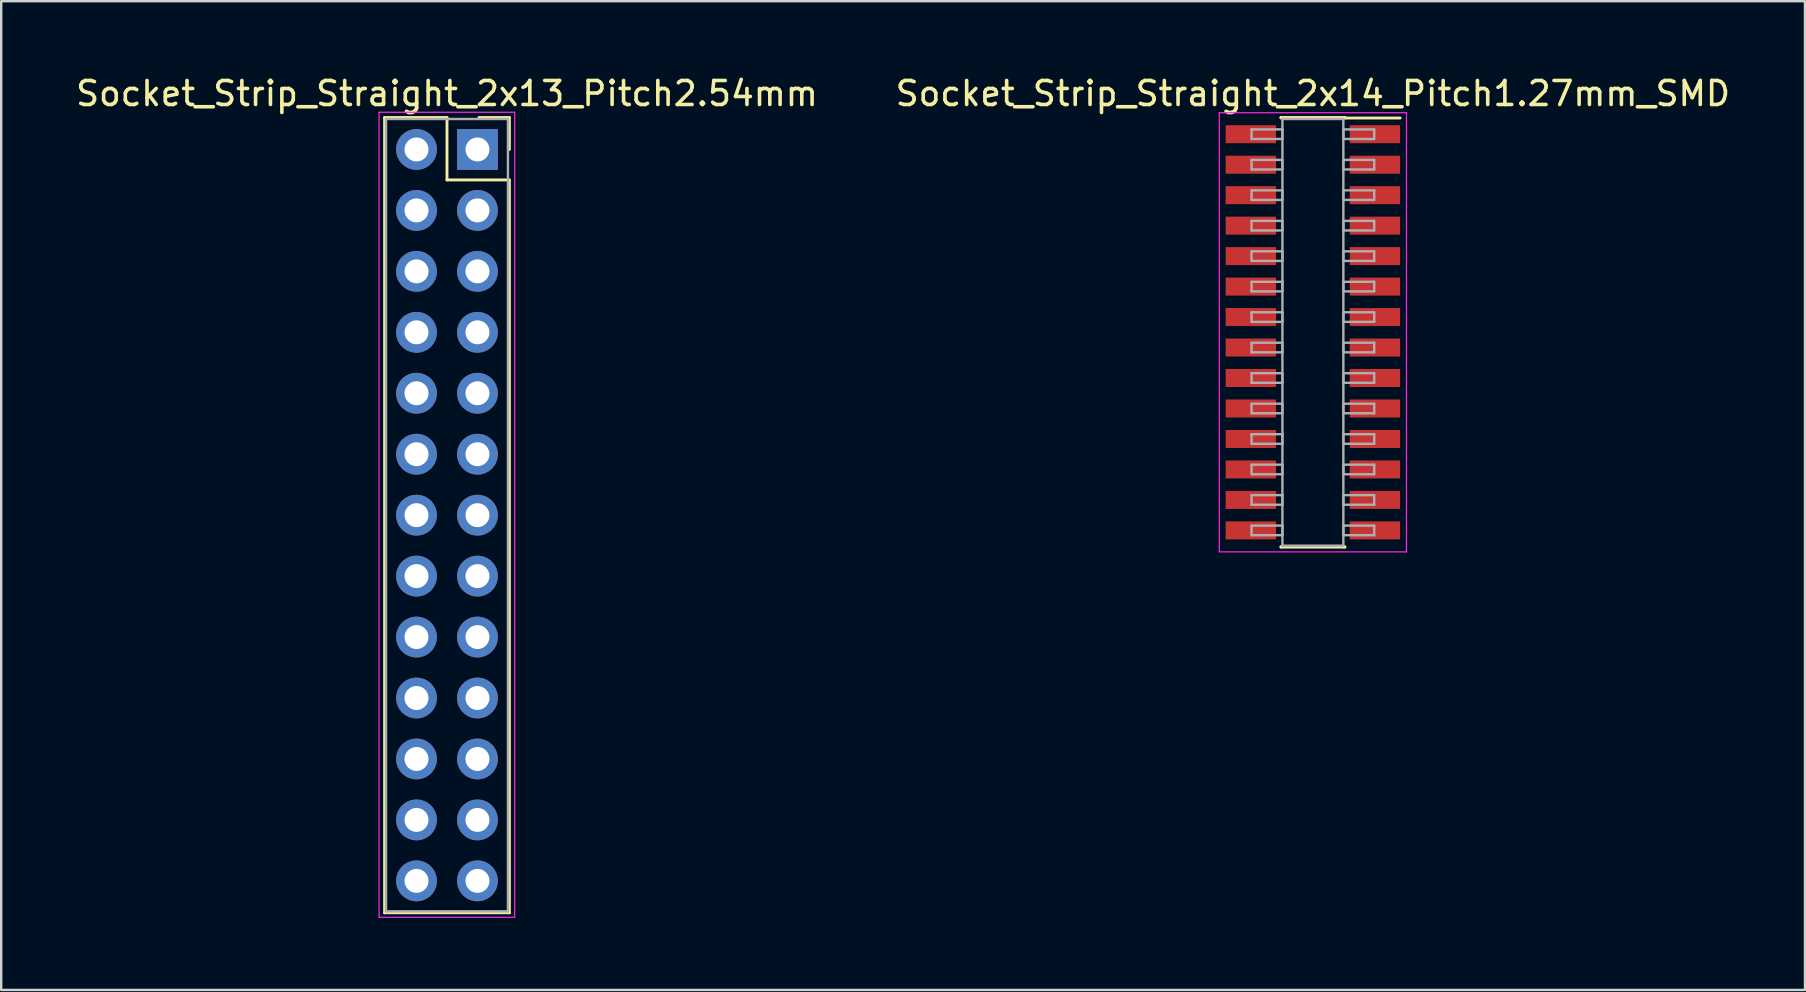
<source format=kicad_pcb>
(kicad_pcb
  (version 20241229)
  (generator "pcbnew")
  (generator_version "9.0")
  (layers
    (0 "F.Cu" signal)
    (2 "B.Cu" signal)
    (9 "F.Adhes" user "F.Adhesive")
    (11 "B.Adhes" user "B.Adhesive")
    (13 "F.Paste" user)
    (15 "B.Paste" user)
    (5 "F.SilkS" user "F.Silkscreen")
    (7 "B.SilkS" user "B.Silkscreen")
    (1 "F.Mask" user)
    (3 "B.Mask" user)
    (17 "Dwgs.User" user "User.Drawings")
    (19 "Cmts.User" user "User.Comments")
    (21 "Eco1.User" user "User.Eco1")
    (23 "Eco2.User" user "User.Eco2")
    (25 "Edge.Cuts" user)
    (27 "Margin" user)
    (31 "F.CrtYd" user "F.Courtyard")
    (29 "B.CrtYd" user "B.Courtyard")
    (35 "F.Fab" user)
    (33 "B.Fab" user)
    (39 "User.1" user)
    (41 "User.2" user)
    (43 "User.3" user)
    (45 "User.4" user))
  (footprint "Socket_Strip_Straight_2x14_Pitch1.27mm_SMD"
    (layer "F.Cu")
    (at 51.661 10.798)
    (property "Reference" "Socket_Strip_Straight_2x14_Pitch1.27mm_SMD" (at 0 -9.95 0) (layer "F.SilkS") (effects (font (size 1 1) (thickness 0.15))))
    (attr smd)
    (fp_line (start -1.33 -8.95) (end 1.33 -8.95) (stroke (width 0.12) (type solid)) (layer "F.SilkS"))
    (fp_line (start -1.33 -8.93) (end -1.33 -8.95) (stroke (width 0.12) (type solid)) (layer "F.SilkS"))
    (fp_line (start -1.33 8.93) (end -1.33 8.95) (stroke (width 0.12) (type solid)) (layer "F.SilkS"))
    (fp_line (start -1.33 8.95) (end 1.33 8.95) (stroke (width 0.12) (type solid)) (layer "F.SilkS"))
    (fp_line (start 1.33 -8.95) (end 1.33 -8.93) (stroke (width 0.12) (type solid)) (layer "F.SilkS"))
    (fp_line (start 1.33 8.95) (end 1.33 8.93) (stroke (width 0.12) (type solid)) (layer "F.SilkS"))
    (fp_line (start 3.635 -8.93) (end 1.33 -8.93) (stroke (width 0.12) (type solid)) (layer "F.SilkS"))
    (fp_line (start -3.9 -9.15) (end -3.9 9.15) (stroke (width 0.05) (type solid)) (layer "F.CrtYd"))
    (fp_line (start -3.9 9.15) (end 3.9 9.15) (stroke (width 0.05) (type solid)) (layer "F.CrtYd"))
    (fp_line (start 3.9 -9.15) (end -3.9 -9.15) (stroke (width 0.05) (type solid)) (layer "F.CrtYd"))
    (fp_line (start 3.9 9.15) (end 3.9 -9.15) (stroke (width 0.05) (type solid)) (layer "F.CrtYd"))
    (fp_line (start -2.555 -8.455) (end -1.27 -8.455) (stroke (width 0.1) (type solid)) (layer "F.Fab"))
    (fp_line (start -2.555 -8.055) (end -2.555 -8.455) (stroke (width 0.1) (type solid)) (layer "F.Fab"))
    (fp_line (start -2.555 -7.185) (end -1.27 -7.185) (stroke (width 0.1) (type solid)) (layer "F.Fab"))
    (fp_line (start -2.555 -6.785) (end -2.555 -7.185) (stroke (width 0.1) (type solid)) (layer "F.Fab"))
    (fp_line (start -2.555 -5.915) (end -1.27 -5.915) (stroke (width 0.1) (type solid)) (layer "F.Fab"))
    (fp_line (start -2.555 -5.515) (end -2.555 -5.915) (stroke (width 0.1) (type solid)) (layer "F.Fab"))
    (fp_line (start -2.555 -4.645) (end -1.27 -4.645) (stroke (width 0.1) (type solid)) (layer "F.Fab"))
    (fp_line (start -2.555 -4.245) (end -2.555 -4.645) (stroke (width 0.1) (type solid)) (layer "F.Fab"))
    (fp_line (start -2.555 -3.375) (end -1.27 -3.375) (stroke (width 0.1) (type solid)) (layer "F.Fab"))
    (fp_line (start -2.555 -2.975) (end -2.555 -3.375) (stroke (width 0.1) (type solid)) (layer "F.Fab"))
    (fp_line (start -2.555 -2.105) (end -1.27 -2.105) (stroke (width 0.1) (type solid)) (layer "F.Fab"))
    (fp_line (start -2.555 -1.705) (end -2.555 -2.105) (stroke (width 0.1) (type solid)) (layer "F.Fab"))
    (fp_line (start -2.555 -0.835) (end -1.27 -0.835) (stroke (width 0.1) (type solid)) (layer "F.Fab"))
    (fp_line (start -2.555 -0.435) (end -2.555 -0.835) (stroke (width 0.1) (type solid)) (layer "F.Fab"))
    (fp_line (start -2.555 0.435) (end -1.27 0.435) (stroke (width 0.1) (type solid)) (layer "F.Fab"))
    (fp_line (start -2.555 0.835) (end -2.555 0.435) (stroke (width 0.1) (type solid)) (layer "F.Fab"))
    (fp_line (start -2.555 1.705) (end -1.27 1.705) (stroke (width 0.1) (type solid)) (layer "F.Fab"))
    (fp_line (start -2.555 2.105) (end -2.555 1.705) (stroke (width 0.1) (type solid)) (layer "F.Fab"))
    (fp_line (start -2.555 2.975) (end -1.27 2.975) (stroke (width 0.1) (type solid)) (layer "F.Fab"))
    (fp_line (start -2.555 3.375) (end -2.555 2.975) (stroke (width 0.1) (type solid)) (layer "F.Fab"))
    (fp_line (start -2.555 4.245) (end -1.27 4.245) (stroke (width 0.1) (type solid)) (layer "F.Fab"))
    (fp_line (start -2.555 4.645) (end -2.555 4.245) (stroke (width 0.1) (type solid)) (layer "F.Fab"))
    (fp_line (start -2.555 5.515) (end -1.27 5.515) (stroke (width 0.1) (type solid)) (layer "F.Fab"))
    (fp_line (start -2.555 5.915) (end -2.555 5.515) (stroke (width 0.1) (type solid)) (layer "F.Fab"))
    (fp_line (start -2.555 6.785) (end -1.27 6.785) (stroke (width 0.1) (type solid)) (layer "F.Fab"))
    (fp_line (start -2.555 7.185) (end -2.555 6.785) (stroke (width 0.1) (type solid)) (layer "F.Fab"))
    (fp_line (start -2.555 8.055) (end -1.27 8.055) (stroke (width 0.1) (type solid)) (layer "F.Fab"))
    (fp_line (start -2.555 8.455) (end -2.555 8.055) (stroke (width 0.1) (type solid)) (layer "F.Fab"))
    (fp_line (start -1.27 -8.89) (end -1.27 8.89) (stroke (width 0.1) (type solid)) (layer "F.Fab"))
    (fp_line (start -1.27 -8.455) (end -1.27 -8.055) (stroke (width 0.1) (type solid)) (layer "F.Fab"))
    (fp_line (start -1.27 -8.055) (end -2.555 -8.055) (stroke (width 0.1) (type solid)) (layer "F.Fab"))
    (fp_line (start -1.27 -7.185) (end -1.27 -6.785) (stroke (width 0.1) (type solid)) (layer "F.Fab"))
    (fp_line (start -1.27 -6.785) (end -2.555 -6.785) (stroke (width 0.1) (type solid)) (layer "F.Fab"))
    (fp_line (start -1.27 -5.915) (end -1.27 -5.515) (stroke (width 0.1) (type solid)) (layer "F.Fab"))
    (fp_line (start -1.27 -5.515) (end -2.555 -5.515) (stroke (width 0.1) (type solid)) (layer "F.Fab"))
    (fp_line (start -1.27 -4.645) (end -1.27 -4.245) (stroke (width 0.1) (type solid)) (layer "F.Fab"))
    (fp_line (start -1.27 -4.245) (end -2.555 -4.245) (stroke (width 0.1) (type solid)) (layer "F.Fab"))
    (fp_line (start -1.27 -3.375) (end -1.27 -2.975) (stroke (width 0.1) (type solid)) (layer "F.Fab"))
    (fp_line (start -1.27 -2.975) (end -2.555 -2.975) (stroke (width 0.1) (type solid)) (layer "F.Fab"))
    (fp_line (start -1.27 -2.105) (end -1.27 -1.705) (stroke (width 0.1) (type solid)) (layer "F.Fab"))
    (fp_line (start -1.27 -1.705) (end -2.555 -1.705) (stroke (width 0.1) (type solid)) (layer "F.Fab"))
    (fp_line (start -1.27 -0.835) (end -1.27 -0.435) (stroke (width 0.1) (type solid)) (layer "F.Fab"))
    (fp_line (start -1.27 -0.435) (end -2.555 -0.435) (stroke (width 0.1) (type solid)) (layer "F.Fab"))
    (fp_line (start -1.27 0.435) (end -1.27 0.835) (stroke (width 0.1) (type solid)) (layer "F.Fab"))
    (fp_line (start -1.27 0.835) (end -2.555 0.835) (stroke (width 0.1) (type solid)) (layer "F.Fab"))
    (fp_line (start -1.27 1.705) (end -1.27 2.105) (stroke (width 0.1) (type solid)) (layer "F.Fab"))
    (fp_line (start -1.27 2.105) (end -2.555 2.105) (stroke (width 0.1) (type solid)) (layer "F.Fab"))
    (fp_line (start -1.27 2.975) (end -1.27 3.375) (stroke (width 0.1) (type solid)) (layer "F.Fab"))
    (fp_line (start -1.27 3.375) (end -2.555 3.375) (stroke (width 0.1) (type solid)) (layer "F.Fab"))
    (fp_line (start -1.27 4.245) (end -1.27 4.645) (stroke (width 0.1) (type solid)) (layer "F.Fab"))
    (fp_line (start -1.27 4.645) (end -2.555 4.645) (stroke (width 0.1) (type solid)) (layer "F.Fab"))
    (fp_line (start -1.27 5.515) (end -1.27 5.915) (stroke (width 0.1) (type solid)) (layer "F.Fab"))
    (fp_line (start -1.27 5.915) (end -2.555 5.915) (stroke (width 0.1) (type solid)) (layer "F.Fab"))
    (fp_line (start -1.27 6.785) (end -1.27 7.185) (stroke (width 0.1) (type solid)) (layer "F.Fab"))
    (fp_line (start -1.27 7.185) (end -2.555 7.185) (stroke (width 0.1) (type solid)) (layer "F.Fab"))
    (fp_line (start -1.27 8.055) (end -1.27 8.455) (stroke (width 0.1) (type solid)) (layer "F.Fab"))
    (fp_line (start -1.27 8.455) (end -2.555 8.455) (stroke (width 0.1) (type solid)) (layer "F.Fab"))
    (fp_line (start -1.27 8.89) (end 1.27 8.89) (stroke (width 0.1) (type solid)) (layer "F.Fab"))
    (fp_line (start 1.27 -8.89) (end -1.27 -8.89) (stroke (width 0.1) (type solid)) (layer "F.Fab"))
    (fp_line (start 1.27 -8.455) (end 1.27 -8.055) (stroke (width 0.1) (type solid)) (layer "F.Fab"))
    (fp_line (start 1.27 -8.055) (end 2.555 -8.055) (stroke (width 0.1) (type solid)) (layer "F.Fab"))
    (fp_line (start 1.27 -7.185) (end 1.27 -6.785) (stroke (width 0.1) (type solid)) (layer "F.Fab"))
    (fp_line (start 1.27 -6.785) (end 2.555 -6.785) (stroke (width 0.1) (type solid)) (layer "F.Fab"))
    (fp_line (start 1.27 -5.915) (end 1.27 -5.515) (stroke (width 0.1) (type solid)) (layer "F.Fab"))
    (fp_line (start 1.27 -5.515) (end 2.555 -5.515) (stroke (width 0.1) (type solid)) (layer "F.Fab"))
    (fp_line (start 1.27 -4.645) (end 1.27 -4.245) (stroke (width 0.1) (type solid)) (layer "F.Fab"))
    (fp_line (start 1.27 -4.245) (end 2.555 -4.245) (stroke (width 0.1) (type solid)) (layer "F.Fab"))
    (fp_line (start 1.27 -3.375) (end 1.27 -2.975) (stroke (width 0.1) (type solid)) (layer "F.Fab"))
    (fp_line (start 1.27 -2.975) (end 2.555 -2.975) (stroke (width 0.1) (type solid)) (layer "F.Fab"))
    (fp_line (start 1.27 -2.105) (end 1.27 -1.705) (stroke (width 0.1) (type solid)) (layer "F.Fab"))
    (fp_line (start 1.27 -1.705) (end 2.555 -1.705) (stroke (width 0.1) (type solid)) (layer "F.Fab"))
    (fp_line (start 1.27 -0.835) (end 1.27 -0.435) (stroke (width 0.1) (type solid)) (layer "F.Fab"))
    (fp_line (start 1.27 -0.435) (end 2.555 -0.435) (stroke (width 0.1) (type solid)) (layer "F.Fab"))
    (fp_line (start 1.27 0.435) (end 1.27 0.835) (stroke (width 0.1) (type solid)) (layer "F.Fab"))
    (fp_line (start 1.27 0.835) (end 2.555 0.835) (stroke (width 0.1) (type solid)) (layer "F.Fab"))
    (fp_line (start 1.27 1.705) (end 1.27 2.105) (stroke (width 0.1) (type solid)) (layer "F.Fab"))
    (fp_line (start 1.27 2.105) (end 2.555 2.105) (stroke (width 0.1) (type solid)) (layer "F.Fab"))
    (fp_line (start 1.27 2.975) (end 1.27 3.375) (stroke (width 0.1) (type solid)) (layer "F.Fab"))
    (fp_line (start 1.27 3.375) (end 2.555 3.375) (stroke (width 0.1) (type solid)) (layer "F.Fab"))
    (fp_line (start 1.27 4.245) (end 1.27 4.645) (stroke (width 0.1) (type solid)) (layer "F.Fab"))
    (fp_line (start 1.27 4.645) (end 2.555 4.645) (stroke (width 0.1) (type solid)) (layer "F.Fab"))
    (fp_line (start 1.27 5.515) (end 1.27 5.915) (stroke (width 0.1) (type solid)) (layer "F.Fab"))
    (fp_line (start 1.27 5.915) (end 2.555 5.915) (stroke (width 0.1) (type solid)) (layer "F.Fab"))
    (fp_line (start 1.27 6.785) (end 1.27 7.185) (stroke (width 0.1) (type solid)) (layer "F.Fab"))
    (fp_line (start 1.27 7.185) (end 2.555 7.185) (stroke (width 0.1) (type solid)) (layer "F.Fab"))
    (fp_line (start 1.27 8.055) (end 1.27 8.455) (stroke (width 0.1) (type solid)) (layer "F.Fab"))
    (fp_line (start 1.27 8.455) (end 2.555 8.455) (stroke (width 0.1) (type solid)) (layer "F.Fab"))
    (fp_line (start 1.27 8.89) (end 1.27 -8.89) (stroke (width 0.1) (type solid)) (layer "F.Fab"))
    (fp_line (start 2.555 -8.455) (end 1.27 -8.455) (stroke (width 0.1) (type solid)) (layer "F.Fab"))
    (fp_line (start 2.555 -8.055) (end 2.555 -8.455) (stroke (width 0.1) (type solid)) (layer "F.Fab"))
    (fp_line (start 2.555 -7.185) (end 1.27 -7.185) (stroke (width 0.1) (type solid)) (layer "F.Fab"))
    (fp_line (start 2.555 -6.785) (end 2.555 -7.185) (stroke (width 0.1) (type solid)) (layer "F.Fab"))
    (fp_line (start 2.555 -5.915) (end 1.27 -5.915) (stroke (width 0.1) (type solid)) (layer "F.Fab"))
    (fp_line (start 2.555 -5.515) (end 2.555 -5.915) (stroke (width 0.1) (type solid)) (layer "F.Fab"))
    (fp_line (start 2.555 -4.645) (end 1.27 -4.645) (stroke (width 0.1) (type solid)) (layer "F.Fab"))
    (fp_line (start 2.555 -4.245) (end 2.555 -4.645) (stroke (width 0.1) (type solid)) (layer "F.Fab"))
    (fp_line (start 2.555 -3.375) (end 1.27 -3.375) (stroke (width 0.1) (type solid)) (layer "F.Fab"))
    (fp_line (start 2.555 -2.975) (end 2.555 -3.375) (stroke (width 0.1) (type solid)) (layer "F.Fab"))
    (fp_line (start 2.555 -2.105) (end 1.27 -2.105) (stroke (width 0.1) (type solid)) (layer "F.Fab"))
    (fp_line (start 2.555 -1.705) (end 2.555 -2.105) (stroke (width 0.1) (type solid)) (layer "F.Fab"))
    (fp_line (start 2.555 -0.835) (end 1.27 -0.835) (stroke (width 0.1) (type solid)) (layer "F.Fab"))
    (fp_line (start 2.555 -0.435) (end 2.555 -0.835) (stroke (width 0.1) (type solid)) (layer "F.Fab"))
    (fp_line (start 2.555 0.435) (end 1.27 0.435) (stroke (width 0.1) (type solid)) (layer "F.Fab"))
    (fp_line (start 2.555 0.835) (end 2.555 0.435) (stroke (width 0.1) (type solid)) (layer "F.Fab"))
    (fp_line (start 2.555 1.705) (end 1.27 1.705) (stroke (width 0.1) (type solid)) (layer "F.Fab"))
    (fp_line (start 2.555 2.105) (end 2.555 1.705) (stroke (width 0.1) (type solid)) (layer "F.Fab"))
    (fp_line (start 2.555 2.975) (end 1.27 2.975) (stroke (width 0.1) (type solid)) (layer "F.Fab"))
    (fp_line (start 2.555 3.375) (end 2.555 2.975) (stroke (width 0.1) (type solid)) (layer "F.Fab"))
    (fp_line (start 2.555 4.245) (end 1.27 4.245) (stroke (width 0.1) (type solid)) (layer "F.Fab"))
    (fp_line (start 2.555 4.645) (end 2.555 4.245) (stroke (width 0.1) (type solid)) (layer "F.Fab"))
    (fp_line (start 2.555 5.515) (end 1.27 5.515) (stroke (width 0.1) (type solid)) (layer "F.Fab"))
    (fp_line (start 2.555 5.915) (end 2.555 5.515) (stroke (width 0.1) (type solid)) (layer "F.Fab"))
    (fp_line (start 2.555 6.785) (end 1.27 6.785) (stroke (width 0.1) (type solid)) (layer "F.Fab"))
    (fp_line (start 2.555 7.185) (end 2.555 6.785) (stroke (width 0.1) (type solid)) (layer "F.Fab"))
    (fp_line (start 2.555 8.055) (end 1.27 8.055) (stroke (width 0.1) (type solid)) (layer "F.Fab"))
    (fp_line (start 2.555 8.455) (end 2.555 8.055) (stroke (width 0.1) (type solid)) (layer "F.Fab"))
    (pad "1" smd rect (at 2.585 -8.255) (size 2.1 0.75) (layers "F.Cu" "F.Mask"))
    (pad "2" smd rect (at -2.585 -8.255) (size 2.1 0.75) (layers "F.Cu" "F.Mask"))
    (pad "3" smd rect (at 2.585 -6.985) (size 2.1 0.75) (layers "F.Cu" "F.Mask"))
    (pad "4" smd rect (at -2.585 -6.985) (size 2.1 0.75) (layers "F.Cu" "F.Mask"))
    (pad "5" smd rect (at 2.585 -5.715) (size 2.1 0.75) (layers "F.Cu" "F.Mask"))
    (pad "6" smd rect (at -2.585 -5.715) (size 2.1 0.75) (layers "F.Cu" "F.Mask"))
    (pad "7" smd rect (at 2.585 -4.445) (size 2.1 0.75) (layers "F.Cu" "F.Mask"))
    (pad "8" smd rect (at -2.585 -4.445) (size 2.1 0.75) (layers "F.Cu" "F.Mask"))
    (pad "9" smd rect (at 2.585 -3.175) (size 2.1 0.75) (layers "F.Cu" "F.Mask"))
    (pad "10" smd rect (at -2.585 -3.175) (size 2.1 0.75) (layers "F.Cu" "F.Mask"))
    (pad "11" smd rect (at 2.585 -1.905) (size 2.1 0.75) (layers "F.Cu" "F.Mask"))
    (pad "12" smd rect (at -2.585 -1.905) (size 2.1 0.75) (layers "F.Cu" "F.Mask"))
    (pad "13" smd rect (at 2.585 -0.635) (size 2.1 0.75) (layers "F.Cu" "F.Mask"))
    (pad "14" smd rect (at -2.585 -0.635) (size 2.1 0.75) (layers "F.Cu" "F.Mask"))
    (pad "15" smd rect (at 2.585 0.635) (size 2.1 0.75) (layers "F.Cu" "F.Mask"))
    (pad "16" smd rect (at -2.585 0.635) (size 2.1 0.75) (layers "F.Cu" "F.Mask"))
    (pad "17" smd rect (at 2.585 1.905) (size 2.1 0.75) (layers "F.Cu" "F.Mask"))
    (pad "18" smd rect (at -2.585 1.905) (size 2.1 0.75) (layers "F.Cu" "F.Mask"))
    (pad "19" smd rect (at 2.585 3.175) (size 2.1 0.75) (layers "F.Cu" "F.Mask"))
    (pad "20" smd rect (at -2.585 3.175) (size 2.1 0.75) (layers "F.Cu" "F.Mask"))
    (pad "21" smd rect (at 2.585 4.445) (size 2.1 0.75) (layers "F.Cu" "F.Mask"))
    (pad "22" smd rect (at -2.585 4.445) (size 2.1 0.75) (layers "F.Cu" "F.Mask"))
    (pad "23" smd rect (at 2.585 5.715) (size 2.1 0.75) (layers "F.Cu" "F.Mask"))
    (pad "24" smd rect (at -2.585 5.715) (size 2.1 0.75) (layers "F.Cu" "F.Mask"))
    (pad "25" smd rect (at 2.585 6.985) (size 2.1 0.75) (layers "F.Cu" "F.Mask"))
    (pad "26" smd rect (at -2.585 6.985) (size 2.1 0.75) (layers "F.Cu" "F.Mask"))
    (pad "27" smd rect (at 2.585 8.255) (size 2.1 0.75) (layers "F.Cu" "F.Mask"))
    (pad "28" smd rect (at -2.585 8.255) (size 2.1 0.75) (layers "F.Cu" "F.Mask")))
  (footprint "Socket_Strip_Straight_2x13_Pitch2.54mm"
    (layer "F.Cu")
    (at 16.847 3.178)
    (property "Reference" "Socket_Strip_Straight_2x13_Pitch2.54mm" (at -1.27 -2.33 0) (layer "F.SilkS") (effects (font (size 1 1) (thickness 0.15))))
    (attr through_hole)
    (fp_line (start -3.87 -1.33) (end -1.27 -1.33) (stroke (width 0.12) (type solid)) (layer "F.SilkS"))
    (fp_line (start -3.87 31.81) (end -3.87 -1.33) (stroke (width 0.12) (type solid)) (layer "F.SilkS"))
    (fp_line (start -1.27 -1.33) (end -1.27 1.27) (stroke (width 0.12) (type solid)) (layer "F.SilkS"))
    (fp_line (start -1.27 1.27) (end 1.33 1.27) (stroke (width 0.12) (type solid)) (layer "F.SilkS"))
    (fp_line (start 1.33 -1.33) (end 0.06 -1.33) (stroke (width 0.12) (type solid)) (layer "F.SilkS"))
    (fp_line (start 1.33 0) (end 1.33 -1.33) (stroke (width 0.12) (type solid)) (layer "F.SilkS"))
    (fp_line (start 1.33 1.27) (end 1.33 31.81) (stroke (width 0.12) (type solid)) (layer "F.SilkS"))
    (fp_line (start 1.33 31.81) (end -3.87 31.81) (stroke (width 0.12) (type solid)) (layer "F.SilkS"))
    (fp_line (start -4.1 -1.55) (end -4.1 32) (stroke (width 0.05) (type solid)) (layer "F.CrtYd"))
    (fp_line (start -4.1 32) (end 1.55 32) (stroke (width 0.05) (type solid)) (layer "F.CrtYd"))
    (fp_line (start 1.55 -1.55) (end -4.1 -1.55) (stroke (width 0.05) (type solid)) (layer "F.CrtYd"))
    (fp_line (start 1.55 32) (end 1.55 -1.55) (stroke (width 0.05) (type solid)) (layer "F.CrtYd"))
    (fp_line (start -3.81 -1.27) (end -3.81 31.75) (stroke (width 0.1) (type solid)) (layer "F.Fab"))
    (fp_line (start -3.81 31.75) (end 1.27 31.75) (stroke (width 0.1) (type solid)) (layer "F.Fab"))
    (fp_line (start 1.27 -1.27) (end -3.81 -1.27) (stroke (width 0.1) (type solid)) (layer "F.Fab"))
    (fp_line (start 1.27 31.75) (end 1.27 -1.27) (stroke (width 0.1) (type solid)) (layer "F.Fab"))
    (pad "1" thru_hole rect (at 0 0) (size 1.7 1.7) (drill 1) (layers "*.Cu" "*.Mask"))
    (pad "2" thru_hole oval (at -2.54 0) (size 1.7 1.7) (drill 1) (layers "*.Cu" "*.Mask"))
    (pad "3" thru_hole oval (at 0 2.54) (size 1.7 1.7) (drill 1) (layers "*.Cu" "*.Mask"))
    (pad "4" thru_hole oval (at -2.54 2.54) (size 1.7 1.7) (drill 1) (layers "*.Cu" "*.Mask"))
    (pad "5" thru_hole oval (at 0 5.08) (size 1.7 1.7) (drill 1) (layers "*.Cu" "*.Mask"))
    (pad "6" thru_hole oval (at -2.54 5.08) (size 1.7 1.7) (drill 1) (layers "*.Cu" "*.Mask"))
    (pad "7" thru_hole oval (at 0 7.62) (size 1.7 1.7) (drill 1) (layers "*.Cu" "*.Mask"))
    (pad "8" thru_hole oval (at -2.54 7.62) (size 1.7 1.7) (drill 1) (layers "*.Cu" "*.Mask"))
    (pad "9" thru_hole oval (at 0 10.16) (size 1.7 1.7) (drill 1) (layers "*.Cu" "*.Mask"))
    (pad "10" thru_hole oval (at -2.54 10.16) (size 1.7 1.7) (drill 1) (layers "*.Cu" "*.Mask"))
    (pad "11" thru_hole oval (at 0 12.7) (size 1.7 1.7) (drill 1) (layers "*.Cu" "*.Mask"))
    (pad "12" thru_hole oval (at -2.54 12.7) (size 1.7 1.7) (drill 1) (layers "*.Cu" "*.Mask"))
    (pad "13" thru_hole oval (at 0 15.24) (size 1.7 1.7) (drill 1) (layers "*.Cu" "*.Mask"))
    (pad "14" thru_hole oval (at -2.54 15.24) (size 1.7 1.7) (drill 1) (layers "*.Cu" "*.Mask"))
    (pad "15" thru_hole oval (at 0 17.78) (size 1.7 1.7) (drill 1) (layers "*.Cu" "*.Mask"))
    (pad "16" thru_hole oval (at -2.54 17.78) (size 1.7 1.7) (drill 1) (layers "*.Cu" "*.Mask"))
    (pad "17" thru_hole oval (at 0 20.32) (size 1.7 1.7) (drill 1) (layers "*.Cu" "*.Mask"))
    (pad "18" thru_hole oval (at -2.54 20.32) (size 1.7 1.7) (drill 1) (layers "*.Cu" "*.Mask"))
    (pad "19" thru_hole oval (at 0 22.86) (size 1.7 1.7) (drill 1) (layers "*.Cu" "*.Mask"))
    (pad "20" thru_hole oval (at -2.54 22.86) (size 1.7 1.7) (drill 1) (layers "*.Cu" "*.Mask"))
    (pad "21" thru_hole oval (at 0 25.4) (size 1.7 1.7) (drill 1) (layers "*.Cu" "*.Mask"))
    (pad "22" thru_hole oval (at -2.54 25.4) (size 1.7 1.7) (drill 1) (layers "*.Cu" "*.Mask"))
    (pad "23" thru_hole oval (at 0 27.94) (size 1.7 1.7) (drill 1) (layers "*.Cu" "*.Mask"))
    (pad "24" thru_hole oval (at -2.54 27.94) (size 1.7 1.7) (drill 1) (layers "*.Cu" "*.Mask"))
    (pad "25" thru_hole oval (at 0 30.48) (size 1.7 1.7) (drill 1) (layers "*.Cu" "*.Mask"))
    (pad "26" thru_hole oval (at -2.54 30.48) (size 1.7 1.7) (drill 1) (layers "*.Cu" "*.Mask")))
  (gr_rect
    (start -3 -3)
    (end 72.167 38.203)
    (stroke (width 0.1) (type default))
    (fill no)
    (layer "Edge.Cuts")))
</source>
